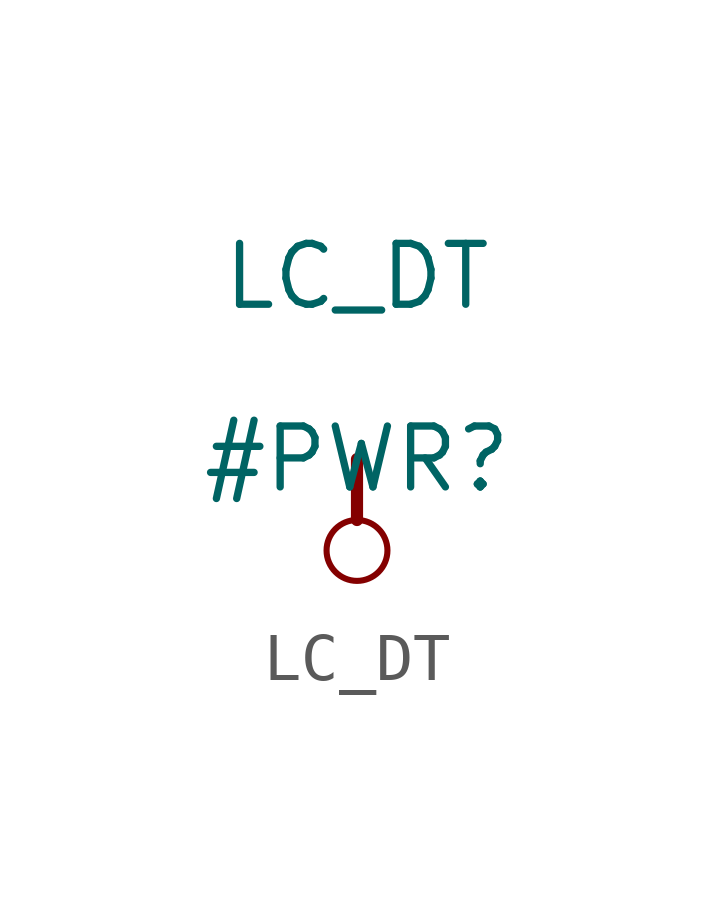
<source format=kicad_sym>
(kicad_symbol_lib
  (version 20211014)
  (generator kicad_symbol_editor)
  (symbol "LC_DT"
    (power)
    (property "Reference" "#PWR"
      (at 0 0 0)
      (effects (font (size 1.27 1.27))))
    (property "Value" "LC_DT"
      (at 0 3.81 0)
      (effects (font (size 1.27 1.27))))
    (symbol "LC_DT_0_0"
      (circle (center 0 -1.905) (radius 0.635) (stroke (width 0.127) (type default) (color 0 0 0 0)) (fill (type none)))
      (polyline (pts (xy 0 0) (xy 0 -1.27)) (stroke (width 0.254) (type default) (color 0 0 0 0)) (fill (type none)))
      (pin power_in line (at 0 0 0) (length 0) hide (name "LC_DT" (effects (font (size 1.27 1.27)))) (number "" (effects (font (size 1.27 1.27))))))))
</source>
